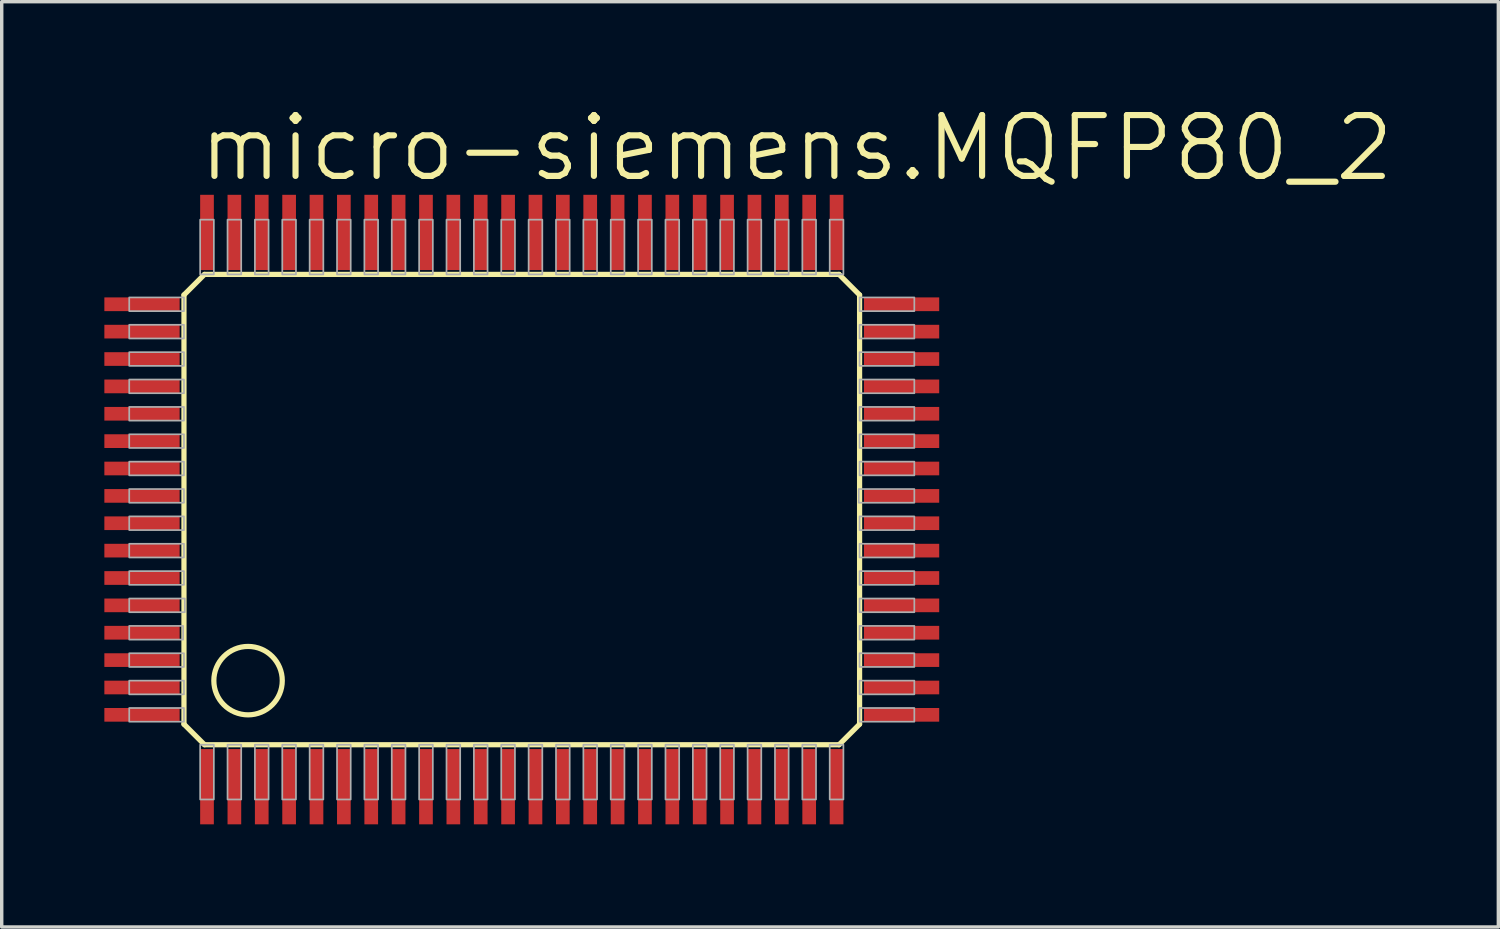
<source format=kicad_pcb>
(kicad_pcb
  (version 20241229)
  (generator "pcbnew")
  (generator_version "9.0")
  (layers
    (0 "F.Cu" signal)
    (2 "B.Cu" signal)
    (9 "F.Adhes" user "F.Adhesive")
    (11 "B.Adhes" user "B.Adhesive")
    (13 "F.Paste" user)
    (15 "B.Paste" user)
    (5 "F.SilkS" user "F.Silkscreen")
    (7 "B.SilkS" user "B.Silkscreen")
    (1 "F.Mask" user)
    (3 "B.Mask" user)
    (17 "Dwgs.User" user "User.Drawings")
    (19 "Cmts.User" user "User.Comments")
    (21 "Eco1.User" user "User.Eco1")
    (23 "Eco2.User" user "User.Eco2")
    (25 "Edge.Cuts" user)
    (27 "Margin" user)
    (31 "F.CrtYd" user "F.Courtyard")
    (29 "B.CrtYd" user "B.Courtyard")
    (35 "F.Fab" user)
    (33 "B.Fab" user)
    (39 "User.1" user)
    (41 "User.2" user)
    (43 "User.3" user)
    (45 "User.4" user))
  (footprint "micro-siemens.MQFP80_2"
    (layer "F.Cu")
    (at 12.2 11.843)
    (property "Reference" "micro-siemens.MQFP80_2" (at -9.525 -9.525 0) (layer "F.SilkS") (effects (font (size 1.778 1.778) (thickness 0.18)) (justify left bottom)))
    (attr smd)
    (fp_line (start -9.873 -6.273) (end -9.273 -6.873) (stroke (width 0.152) (type default)) (layer "F.SilkS"))
    (fp_line (start -9.873 6.273) (end -9.873 -6.273) (stroke (width 0.152) (type default)) (layer "F.SilkS"))
    (fp_line (start -9.273 -6.873) (end 9.273 -6.873) (stroke (width 0.152) (type default)) (layer "F.SilkS"))
    (fp_line (start -9.273 6.873) (end -9.873 6.273) (stroke (width 0.152) (type default)) (layer "F.SilkS"))
    (fp_line (start 9.273 -6.873) (end 9.873 -6.273) (stroke (width 0.152) (type default)) (layer "F.SilkS"))
    (fp_line (start 9.273 6.873) (end -9.273 6.873) (stroke (width 0.152) (type default)) (layer "F.SilkS"))
    (fp_line (start 9.873 -6.273) (end 9.873 6.273) (stroke (width 0.152) (type default)) (layer "F.SilkS"))
    (fp_line (start 9.873 6.273) (end 9.273 6.873) (stroke (width 0.152) (type default)) (layer "F.SilkS"))
    (fp_circle (center -8 5) (end -7 5) (stroke (width 0.152) (type default)) (fill no) (layer "F.SilkS"))
    (fp_rect (start -11.473 -5.8) (end -9.873 -6.2) (stroke (width 0.05) (type default)) (fill no) (layer "F.Fab"))
    (fp_rect (start -11.473 -5) (end -9.873 -5.4) (stroke (width 0.05) (type default)) (fill no) (layer "F.Fab"))
    (fp_rect (start -11.473 -4.2) (end -9.873 -4.6) (stroke (width 0.05) (type default)) (fill no) (layer "F.Fab"))
    (fp_rect (start -11.473 -3.4) (end -9.873 -3.8) (stroke (width 0.05) (type default)) (fill no) (layer "F.Fab"))
    (fp_rect (start -11.473 -2.6) (end -9.873 -3) (stroke (width 0.05) (type default)) (fill no) (layer "F.Fab"))
    (fp_rect (start -11.473 -1.8) (end -9.873 -2.2) (stroke (width 0.05) (type default)) (fill no) (layer "F.Fab"))
    (fp_rect (start -11.473 -1) (end -9.873 -1.4) (stroke (width 0.05) (type default)) (fill no) (layer "F.Fab"))
    (fp_rect (start -11.473 -0.2) (end -9.873 -0.6) (stroke (width 0.05) (type default)) (fill no) (layer "F.Fab"))
    (fp_rect (start -11.473 0.6) (end -9.873 0.2) (stroke (width 0.05) (type default)) (fill no) (layer "F.Fab"))
    (fp_rect (start -11.473 1.4) (end -9.873 1) (stroke (width 0.05) (type default)) (fill no) (layer "F.Fab"))
    (fp_rect (start -11.473 2.2) (end -9.873 1.8) (stroke (width 0.05) (type default)) (fill no) (layer "F.Fab"))
    (fp_rect (start -11.473 3) (end -9.848 2.6) (stroke (width 0.05) (type default)) (fill no) (layer "F.Fab"))
    (fp_rect (start -11.473 3.8) (end -9.898 3.4) (stroke (width 0.05) (type default)) (fill no) (layer "F.Fab"))
    (fp_rect (start -11.473 4.6) (end -9.873 4.2) (stroke (width 0.05) (type default)) (fill no) (layer "F.Fab"))
    (fp_rect (start -11.473 5.4) (end -9.873 5) (stroke (width 0.05) (type default)) (fill no) (layer "F.Fab"))
    (fp_rect (start -11.473 6.2) (end -9.873 5.8) (stroke (width 0.05) (type default)) (fill no) (layer "F.Fab"))
    (fp_rect (start -9.4 -6.873) (end -9 -8.473) (stroke (width 0.05) (type default)) (fill no) (layer "F.Fab"))
    (fp_rect (start -9.4 8.473) (end -9 6.873) (stroke (width 0.05) (type default)) (fill no) (layer "F.Fab"))
    (fp_rect (start -8.6 -6.873) (end -8.2 -8.473) (stroke (width 0.05) (type default)) (fill no) (layer "F.Fab"))
    (fp_rect (start -8.6 8.473) (end -8.2 6.873) (stroke (width 0.05) (type default)) (fill no) (layer "F.Fab"))
    (fp_rect (start -7.8 -6.873) (end -7.4 -8.473) (stroke (width 0.05) (type default)) (fill no) (layer "F.Fab"))
    (fp_rect (start -7.8 8.473) (end -7.4 6.873) (stroke (width 0.05) (type default)) (fill no) (layer "F.Fab"))
    (fp_rect (start -7 -6.873) (end -6.6 -8.473) (stroke (width 0.05) (type default)) (fill no) (layer "F.Fab"))
    (fp_rect (start -7 8.473) (end -6.6 6.873) (stroke (width 0.05) (type default)) (fill no) (layer "F.Fab"))
    (fp_rect (start -6.2 -6.873) (end -5.8 -8.473) (stroke (width 0.05) (type default)) (fill no) (layer "F.Fab"))
    (fp_rect (start -6.2 8.473) (end -5.8 6.873) (stroke (width 0.05) (type default)) (fill no) (layer "F.Fab"))
    (fp_rect (start -5.4 -6.873) (end -5 -8.473) (stroke (width 0.05) (type default)) (fill no) (layer "F.Fab"))
    (fp_rect (start -5.4 8.473) (end -5 6.873) (stroke (width 0.05) (type default)) (fill no) (layer "F.Fab"))
    (fp_rect (start -4.6 -6.873) (end -4.2 -8.473) (stroke (width 0.05) (type default)) (fill no) (layer "F.Fab"))
    (fp_rect (start -4.6 8.473) (end -4.2 6.873) (stroke (width 0.05) (type default)) (fill no) (layer "F.Fab"))
    (fp_rect (start -3.8 -6.873) (end -3.4 -8.473) (stroke (width 0.05) (type default)) (fill no) (layer "F.Fab"))
    (fp_rect (start -3.8 8.473) (end -3.4 6.873) (stroke (width 0.05) (type default)) (fill no) (layer "F.Fab"))
    (fp_rect (start -3 -6.873) (end -2.6 -8.473) (stroke (width 0.05) (type default)) (fill no) (layer "F.Fab"))
    (fp_rect (start -3 8.473) (end -2.6 6.873) (stroke (width 0.05) (type default)) (fill no) (layer "F.Fab"))
    (fp_rect (start -2.2 -6.873) (end -1.8 -8.473) (stroke (width 0.05) (type default)) (fill no) (layer "F.Fab"))
    (fp_rect (start -2.2 8.473) (end -1.8 6.873) (stroke (width 0.05) (type default)) (fill no) (layer "F.Fab"))
    (fp_rect (start -1.4 -6.873) (end -1 -8.473) (stroke (width 0.05) (type default)) (fill no) (layer "F.Fab"))
    (fp_rect (start -1.4 8.473) (end -1 6.873) (stroke (width 0.05) (type default)) (fill no) (layer "F.Fab"))
    (fp_rect (start -0.6 -6.873) (end -0.2 -8.473) (stroke (width 0.05) (type default)) (fill no) (layer "F.Fab"))
    (fp_rect (start -0.6 8.473) (end -0.2 6.873) (stroke (width 0.05) (type default)) (fill no) (layer "F.Fab"))
    (fp_rect (start 0.2 -6.873) (end 0.6 -8.473) (stroke (width 0.05) (type default)) (fill no) (layer "F.Fab"))
    (fp_rect (start 0.2 8.473) (end 0.6 6.873) (stroke (width 0.05) (type default)) (fill no) (layer "F.Fab"))
    (fp_rect (start 1 -6.873) (end 1.4 -8.473) (stroke (width 0.05) (type default)) (fill no) (layer "F.Fab"))
    (fp_rect (start 1 8.473) (end 1.4 6.873) (stroke (width 0.05) (type default)) (fill no) (layer "F.Fab"))
    (fp_rect (start 1.8 -6.873) (end 2.2 -8.473) (stroke (width 0.05) (type default)) (fill no) (layer "F.Fab"))
    (fp_rect (start 1.8 8.473) (end 2.2 6.873) (stroke (width 0.05) (type default)) (fill no) (layer "F.Fab"))
    (fp_rect (start 2.6 -6.873) (end 3 -8.473) (stroke (width 0.05) (type default)) (fill no) (layer "F.Fab"))
    (fp_rect (start 2.6 8.473) (end 3 6.873) (stroke (width 0.05) (type default)) (fill no) (layer "F.Fab"))
    (fp_rect (start 3.4 -6.873) (end 3.8 -8.473) (stroke (width 0.05) (type default)) (fill no) (layer "F.Fab"))
    (fp_rect (start 3.4 8.473) (end 3.8 6.873) (stroke (width 0.05) (type default)) (fill no) (layer "F.Fab"))
    (fp_rect (start 4.2 -6.873) (end 4.6 -8.473) (stroke (width 0.05) (type default)) (fill no) (layer "F.Fab"))
    (fp_rect (start 4.2 8.473) (end 4.6 6.873) (stroke (width 0.05) (type default)) (fill no) (layer "F.Fab"))
    (fp_rect (start 5 -6.873) (end 5.4 -8.473) (stroke (width 0.05) (type default)) (fill no) (layer "F.Fab"))
    (fp_rect (start 5 8.473) (end 5.4 6.873) (stroke (width 0.05) (type default)) (fill no) (layer "F.Fab"))
    (fp_rect (start 5.8 -6.873) (end 6.2 -8.473) (stroke (width 0.05) (type default)) (fill no) (layer "F.Fab"))
    (fp_rect (start 5.8 8.473) (end 6.2 6.873) (stroke (width 0.05) (type default)) (fill no) (layer "F.Fab"))
    (fp_rect (start 6.6 -6.873) (end 7 -8.473) (stroke (width 0.05) (type default)) (fill no) (layer "F.Fab"))
    (fp_rect (start 6.6 8.473) (end 7 6.873) (stroke (width 0.05) (type default)) (fill no) (layer "F.Fab"))
    (fp_rect (start 7.4 -6.873) (end 7.8 -8.473) (stroke (width 0.05) (type default)) (fill no) (layer "F.Fab"))
    (fp_rect (start 7.4 8.473) (end 7.8 6.873) (stroke (width 0.05) (type default)) (fill no) (layer "F.Fab"))
    (fp_rect (start 8.2 -6.873) (end 8.6 -8.473) (stroke (width 0.05) (type default)) (fill no) (layer "F.Fab"))
    (fp_rect (start 8.2 8.473) (end 8.6 6.873) (stroke (width 0.05) (type default)) (fill no) (layer "F.Fab"))
    (fp_rect (start 9 -6.873) (end 9.4 -8.473) (stroke (width 0.05) (type default)) (fill no) (layer "F.Fab"))
    (fp_rect (start 9 8.473) (end 9.4 6.873) (stroke (width 0.05) (type default)) (fill no) (layer "F.Fab"))
    (fp_rect (start 9.848 -0.2) (end 11.473 -0.6) (stroke (width 0.05) (type default)) (fill no) (layer "F.Fab"))
    (fp_rect (start 9.873 -5.8) (end 11.473 -6.2) (stroke (width 0.05) (type default)) (fill no) (layer "F.Fab"))
    (fp_rect (start 9.873 -5) (end 11.473 -5.4) (stroke (width 0.05) (type default)) (fill no) (layer "F.Fab"))
    (fp_rect (start 9.873 -4.2) (end 11.473 -4.6) (stroke (width 0.05) (type default)) (fill no) (layer "F.Fab"))
    (fp_rect (start 9.873 -3.4) (end 11.473 -3.8) (stroke (width 0.05) (type default)) (fill no) (layer "F.Fab"))
    (fp_rect (start 9.873 -2.6) (end 11.473 -3) (stroke (width 0.05) (type default)) (fill no) (layer "F.Fab"))
    (fp_rect (start 9.873 -1.8) (end 11.473 -2.2) (stroke (width 0.05) (type default)) (fill no) (layer "F.Fab"))
    (fp_rect (start 9.873 -1) (end 11.473 -1.4) (stroke (width 0.05) (type default)) (fill no) (layer "F.Fab"))
    (fp_rect (start 9.873 0.6) (end 11.473 0.2) (stroke (width 0.05) (type default)) (fill no) (layer "F.Fab"))
    (fp_rect (start 9.873 1.4) (end 11.473 1) (stroke (width 0.05) (type default)) (fill no) (layer "F.Fab"))
    (fp_rect (start 9.873 2.2) (end 11.473 1.8) (stroke (width 0.05) (type default)) (fill no) (layer "F.Fab"))
    (fp_rect (start 9.873 3) (end 11.473 2.6) (stroke (width 0.05) (type default)) (fill no) (layer "F.Fab"))
    (fp_rect (start 9.873 3.8) (end 11.473 3.4) (stroke (width 0.05) (type default)) (fill no) (layer "F.Fab"))
    (fp_rect (start 9.873 4.6) (end 11.473 4.2) (stroke (width 0.05) (type default)) (fill no) (layer "F.Fab"))
    (fp_rect (start 9.873 5.4) (end 11.473 5) (stroke (width 0.05) (type default)) (fill no) (layer "F.Fab"))
    (fp_rect (start 9.873 6.2) (end 11.473 5.8) (stroke (width 0.05) (type default)) (fill no) (layer "F.Fab"))
    (pad "1" smd roundrect (at -9.2 8.1) (size 0.4 2.2) (layers "F.Cu" "F.Mask" "F.Paste") (roundrect_rratio 0.01))
    (pad "2" smd roundrect (at -8.4 8.1) (size 0.4 2.2) (layers "F.Cu" "F.Mask" "F.Paste") (roundrect_rratio 0.01))
    (pad "3" smd roundrect (at -7.6 8.1) (size 0.4 2.2) (layers "F.Cu" "F.Mask" "F.Paste") (roundrect_rratio 0.01))
    (pad "4" smd roundrect (at -6.8 8.1) (size 0.4 2.2) (layers "F.Cu" "F.Mask" "F.Paste") (roundrect_rratio 0.01))
    (pad "5" smd roundrect (at -6 8.1) (size 0.4 2.2) (layers "F.Cu" "F.Mask" "F.Paste") (roundrect_rratio 0.01))
    (pad "6" smd roundrect (at -5.2 8.1) (size 0.4 2.2) (layers "F.Cu" "F.Mask" "F.Paste") (roundrect_rratio 0.01))
    (pad "7" smd roundrect (at -4.4 8.1) (size 0.4 2.2) (layers "F.Cu" "F.Mask" "F.Paste") (roundrect_rratio 0.01))
    (pad "8" smd roundrect (at -3.6 8.1) (size 0.4 2.2) (layers "F.Cu" "F.Mask" "F.Paste") (roundrect_rratio 0.01))
    (pad "9" smd roundrect (at -2.8 8.1) (size 0.4 2.2) (layers "F.Cu" "F.Mask" "F.Paste") (roundrect_rratio 0.01))
    (pad "10" smd roundrect (at -2 8.1) (size 0.4 2.2) (layers "F.Cu" "F.Mask" "F.Paste") (roundrect_rratio 0.01))
    (pad "11" smd roundrect (at -1.2 8.1) (size 0.4 2.2) (layers "F.Cu" "F.Mask" "F.Paste") (roundrect_rratio 0.01))
    (pad "12" smd roundrect (at -0.4 8.1) (size 0.4 2.2) (layers "F.Cu" "F.Mask" "F.Paste") (roundrect_rratio 0.01))
    (pad "13" smd roundrect (at 0.4 8.1) (size 0.4 2.2) (layers "F.Cu" "F.Mask" "F.Paste") (roundrect_rratio 0.01))
    (pad "14" smd roundrect (at 1.2 8.1) (size 0.4 2.2) (layers "F.Cu" "F.Mask" "F.Paste") (roundrect_rratio 0.01))
    (pad "15" smd roundrect (at 2 8.1) (size 0.4 2.2) (layers "F.Cu" "F.Mask" "F.Paste") (roundrect_rratio 0.01))
    (pad "16" smd roundrect (at 2.8 8.1) (size 0.4 2.2) (layers "F.Cu" "F.Mask" "F.Paste") (roundrect_rratio 0.01))
    (pad "17" smd roundrect (at 3.6 8.1) (size 0.4 2.2) (layers "F.Cu" "F.Mask" "F.Paste") (roundrect_rratio 0.01))
    (pad "18" smd roundrect (at 4.4 8.1) (size 0.4 2.2) (layers "F.Cu" "F.Mask" "F.Paste") (roundrect_rratio 0.01))
    (pad "19" smd roundrect (at 5.2 8.1) (size 0.4 2.2) (layers "F.Cu" "F.Mask" "F.Paste") (roundrect_rratio 0.01))
    (pad "20" smd roundrect (at 6 8.1) (size 0.4 2.2) (layers "F.Cu" "F.Mask" "F.Paste") (roundrect_rratio 0.01))
    (pad "21" smd roundrect (at 6.8 8.1) (size 0.4 2.2) (layers "F.Cu" "F.Mask" "F.Paste") (roundrect_rratio 0.01))
    (pad "22" smd roundrect (at 7.6 8.1) (size 0.4 2.2) (layers "F.Cu" "F.Mask" "F.Paste") (roundrect_rratio 0.01))
    (pad "23" smd roundrect (at 8.4 8.1) (size 0.4 2.2) (layers "F.Cu" "F.Mask" "F.Paste") (roundrect_rratio 0.01))
    (pad "24" smd roundrect (at 9.2 8.1) (size 0.4 2.2) (layers "F.Cu" "F.Mask" "F.Paste") (roundrect_rratio 0.01))
    (pad "25" smd roundrect (at 11.1 6) (size 2.2 0.4) (layers "F.Cu" "F.Mask" "F.Paste") (roundrect_rratio 0.01))
    (pad "26" smd roundrect (at 11.1 5.2) (size 2.2 0.4) (layers "F.Cu" "F.Mask" "F.Paste") (roundrect_rratio 0.01))
    (pad "27" smd roundrect (at 11.1 4.4) (size 2.2 0.4) (layers "F.Cu" "F.Mask" "F.Paste") (roundrect_rratio 0.01))
    (pad "28" smd roundrect (at 11.1 3.6) (size 2.2 0.4) (layers "F.Cu" "F.Mask" "F.Paste") (roundrect_rratio 0.01))
    (pad "29" smd roundrect (at 11.1 2.8) (size 2.2 0.4) (layers "F.Cu" "F.Mask" "F.Paste") (roundrect_rratio 0.01))
    (pad "30" smd roundrect (at 11.1 2) (size 2.2 0.4) (layers "F.Cu" "F.Mask" "F.Paste") (roundrect_rratio 0.01))
    (pad "31" smd roundrect (at 11.1 1.2) (size 2.2 0.4) (layers "F.Cu" "F.Mask" "F.Paste") (roundrect_rratio 0.01))
    (pad "32" smd roundrect (at 11.1 0.4) (size 2.2 0.4) (layers "F.Cu" "F.Mask" "F.Paste") (roundrect_rratio 0.01))
    (pad "33" smd roundrect (at 11.1 -0.4) (size 2.2 0.4) (layers "F.Cu" "F.Mask" "F.Paste") (roundrect_rratio 0.01))
    (pad "34" smd roundrect (at 11.1 -1.2) (size 2.2 0.4) (layers "F.Cu" "F.Mask" "F.Paste") (roundrect_rratio 0.01))
    (pad "35" smd roundrect (at 11.1 -2) (size 2.2 0.4) (layers "F.Cu" "F.Mask" "F.Paste") (roundrect_rratio 0.01))
    (pad "36" smd roundrect (at 11.1 -2.8) (size 2.2 0.4) (layers "F.Cu" "F.Mask" "F.Paste") (roundrect_rratio 0.01))
    (pad "37" smd roundrect (at 11.1 -3.6) (size 2.2 0.4) (layers "F.Cu" "F.Mask" "F.Paste") (roundrect_rratio 0.01))
    (pad "38" smd roundrect (at 11.1 -4.4) (size 2.2 0.4) (layers "F.Cu" "F.Mask" "F.Paste") (roundrect_rratio 0.01))
    (pad "39" smd roundrect (at 11.1 -5.2) (size 2.2 0.4) (layers "F.Cu" "F.Mask" "F.Paste") (roundrect_rratio 0.01))
    (pad "40" smd roundrect (at 11.1 -6) (size 2.2 0.4) (layers "F.Cu" "F.Mask" "F.Paste") (roundrect_rratio 0.01))
    (pad "41" smd roundrect (at 9.2 -8.1) (size 0.4 2.2) (layers "F.Cu" "F.Mask" "F.Paste") (roundrect_rratio 0.01))
    (pad "42" smd roundrect (at 8.4 -8.1) (size 0.4 2.2) (layers "F.Cu" "F.Mask" "F.Paste") (roundrect_rratio 0.01))
    (pad "43" smd roundrect (at 7.6 -8.1) (size 0.4 2.2) (layers "F.Cu" "F.Mask" "F.Paste") (roundrect_rratio 0.01))
    (pad "44" smd roundrect (at 6.8 -8.1) (size 0.4 2.2) (layers "F.Cu" "F.Mask" "F.Paste") (roundrect_rratio 0.01))
    (pad "45" smd roundrect (at 6 -8.1) (size 0.4 2.2) (layers "F.Cu" "F.Mask" "F.Paste") (roundrect_rratio 0.01))
    (pad "46" smd roundrect (at 5.2 -8.1) (size 0.4 2.2) (layers "F.Cu" "F.Mask" "F.Paste") (roundrect_rratio 0.01))
    (pad "47" smd roundrect (at 4.4 -8.1) (size 0.4 2.2) (layers "F.Cu" "F.Mask" "F.Paste") (roundrect_rratio 0.01))
    (pad "48" smd roundrect (at 3.6 -8.1) (size 0.4 2.2) (layers "F.Cu" "F.Mask" "F.Paste") (roundrect_rratio 0.01))
    (pad "49" smd roundrect (at 2.8 -8.1) (size 0.4 2.2) (layers "F.Cu" "F.Mask" "F.Paste") (roundrect_rratio 0.01))
    (pad "50" smd roundrect (at 2 -8.1) (size 0.4 2.2) (layers "F.Cu" "F.Mask" "F.Paste") (roundrect_rratio 0.01))
    (pad "51" smd roundrect (at 1.2 -8.1) (size 0.4 2.2) (layers "F.Cu" "F.Mask" "F.Paste") (roundrect_rratio 0.01))
    (pad "52" smd roundrect (at 0.4 -8.1) (size 0.4 2.2) (layers "F.Cu" "F.Mask" "F.Paste") (roundrect_rratio 0.01))
    (pad "53" smd roundrect (at -0.4 -8.1) (size 0.4 2.2) (layers "F.Cu" "F.Mask" "F.Paste") (roundrect_rratio 0.01))
    (pad "54" smd roundrect (at -1.2 -8.1) (size 0.4 2.2) (layers "F.Cu" "F.Mask" "F.Paste") (roundrect_rratio 0.01))
    (pad "55" smd roundrect (at -2 -8.1) (size 0.4 2.2) (layers "F.Cu" "F.Mask" "F.Paste") (roundrect_rratio 0.01))
    (pad "56" smd roundrect (at -2.8 -8.1) (size 0.4 2.2) (layers "F.Cu" "F.Mask" "F.Paste") (roundrect_rratio 0.01))
    (pad "57" smd roundrect (at -3.6 -8.1) (size 0.4 2.2) (layers "F.Cu" "F.Mask" "F.Paste") (roundrect_rratio 0.01))
    (pad "58" smd roundrect (at -4.4 -8.1) (size 0.4 2.2) (layers "F.Cu" "F.Mask" "F.Paste") (roundrect_rratio 0.01))
    (pad "59" smd roundrect (at -5.2 -8.1) (size 0.4 2.2) (layers "F.Cu" "F.Mask" "F.Paste") (roundrect_rratio 0.01))
    (pad "60" smd roundrect (at -6 -8.1) (size 0.4 2.2) (layers "F.Cu" "F.Mask" "F.Paste") (roundrect_rratio 0.01))
    (pad "61" smd roundrect (at -6.8 -8.1) (size 0.4 2.2) (layers "F.Cu" "F.Mask" "F.Paste") (roundrect_rratio 0.01))
    (pad "62" smd roundrect (at -7.6 -8.1) (size 0.4 2.2) (layers "F.Cu" "F.Mask" "F.Paste") (roundrect_rratio 0.01))
    (pad "63" smd roundrect (at -8.4 -8.1) (size 0.4 2.2) (layers "F.Cu" "F.Mask" "F.Paste") (roundrect_rratio 0.01))
    (pad "64" smd roundrect (at -9.2 -8.1) (size 0.4 2.2) (layers "F.Cu" "F.Mask" "F.Paste") (roundrect_rratio 0.01))
    (pad "65" smd roundrect (at -11.1 -6) (size 2.2 0.4) (layers "F.Cu" "F.Mask" "F.Paste") (roundrect_rratio 0.01))
    (pad "66" smd roundrect (at -11.1 -5.2) (size 2.2 0.4) (layers "F.Cu" "F.Mask" "F.Paste") (roundrect_rratio 0.01))
    (pad "67" smd roundrect (at -11.1 -4.4) (size 2.2 0.4) (layers "F.Cu" "F.Mask" "F.Paste") (roundrect_rratio 0.01))
    (pad "68" smd roundrect (at -11.1 -3.6) (size 2.2 0.4) (layers "F.Cu" "F.Mask" "F.Paste") (roundrect_rratio 0.01))
    (pad "69" smd roundrect (at -11.1 -2.8) (size 2.2 0.4) (layers "F.Cu" "F.Mask" "F.Paste") (roundrect_rratio 0.01))
    (pad "70" smd roundrect (at -11.1 -2) (size 2.2 0.4) (layers "F.Cu" "F.Mask" "F.Paste") (roundrect_rratio 0.01))
    (pad "71" smd roundrect (at -11.1 -1.2) (size 2.2 0.4) (layers "F.Cu" "F.Mask" "F.Paste") (roundrect_rratio 0.01))
    (pad "72" smd roundrect (at -11.1 -0.4) (size 2.2 0.4) (layers "F.Cu" "F.Mask" "F.Paste") (roundrect_rratio 0.01))
    (pad "73" smd roundrect (at -11.1 0.4) (size 2.2 0.4) (layers "F.Cu" "F.Mask" "F.Paste") (roundrect_rratio 0.01))
    (pad "74" smd roundrect (at -11.1 1.2) (size 2.2 0.4) (layers "F.Cu" "F.Mask" "F.Paste") (roundrect_rratio 0.01))
    (pad "75" smd roundrect (at -11.1 2) (size 2.2 0.4) (layers "F.Cu" "F.Mask" "F.Paste") (roundrect_rratio 0.01))
    (pad "76" smd roundrect (at -11.1 2.8) (size 2.2 0.4) (layers "F.Cu" "F.Mask" "F.Paste") (roundrect_rratio 0.01))
    (pad "77" smd roundrect (at -11.1 3.6) (size 2.2 0.4) (layers "F.Cu" "F.Mask" "F.Paste") (roundrect_rratio 0.01))
    (pad "78" smd roundrect (at -11.1 4.4) (size 2.2 0.4) (layers "F.Cu" "F.Mask" "F.Paste") (roundrect_rratio 0.01))
    (pad "79" smd roundrect (at -11.1 5.2) (size 2.2 0.4) (layers "F.Cu" "F.Mask" "F.Paste") (roundrect_rratio 0.01))
    (pad "80" smd roundrect (at -11.1 6) (size 2.2 0.4) (layers "F.Cu" "F.Mask" "F.Paste") (roundrect_rratio 0.01)))
  (gr_rect
    (start -3 -3)
    (end 40.742 24.043)
    (stroke (width 0.1) (type default))
    (fill no)
    (layer "Edge.Cuts")))
</source>
